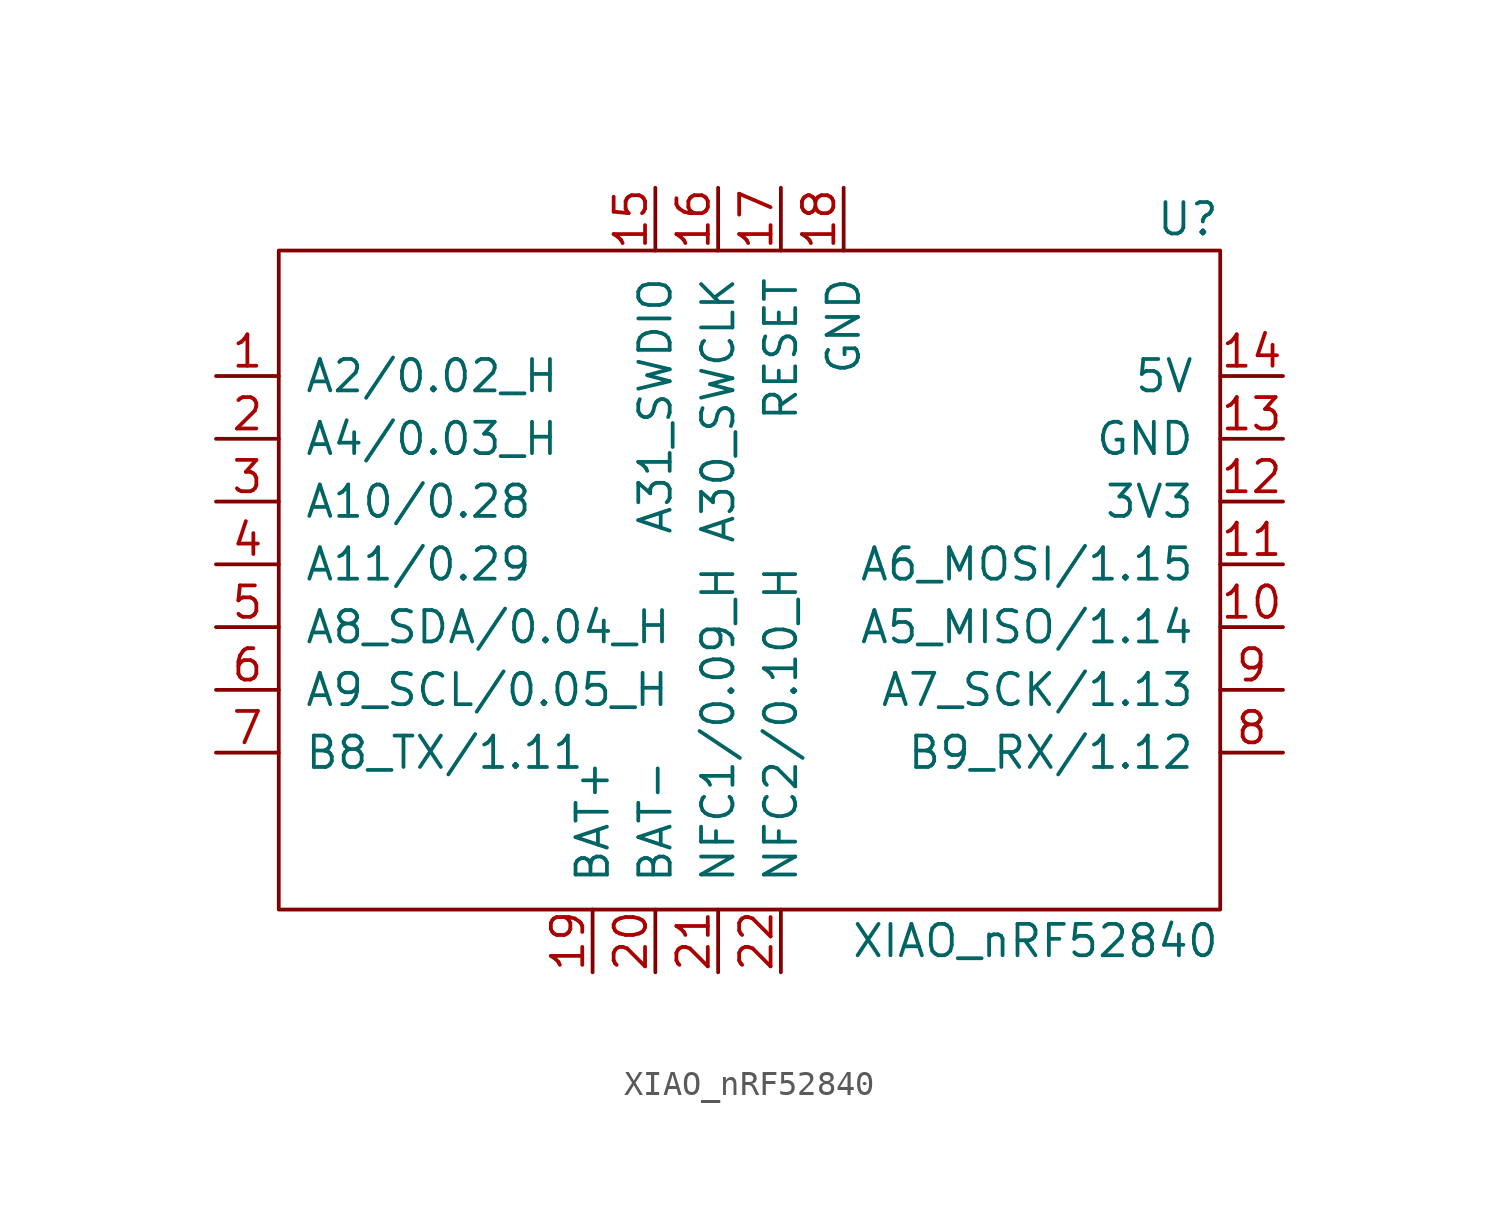
<source format=kicad_sym>
(kicad_symbol_lib
  (version 20231120)
  (generator "kicad_symbol_editor")
  (generator_version "8.0")
  (symbol "XIAO_nRF52840"
    (pin_names
      (offset 1.016))
    (property "Reference" "U"
      (at 19.05 13.97 0)
      (effects (font (size 1.27 1.27)) (justify right)))
    (property "Value" "XIAO_nRF52840"
      (at 19.05 -15.24 0)
      (effects (font (size 1.27 1.27)) (justify right)))
    (symbol "XIAO_nRF52840_0_1"
      (rectangle (start -19.05 12.7) (end 19.05 -13.97) (stroke (width 0) (type default)) (fill (type none))))
    (symbol "XIAO_nRF52840_1_1"
      (pin bidirectional line (at -21.59 7.62 0) (length 2.54) (name "A2/0.02_H" (effects (font (size 1.27 1.27)))) (number "1" (effects (font (size 1.27 1.27)))))
      (pin bidirectional line (at 21.59 -2.54 180) (length 2.54) (name "A5_MISO/1.14" (effects (font (size 1.27 1.27)))) (number "10" (effects (font (size 1.27 1.27)))))
      (pin bidirectional line (at 21.59 0 180) (length 2.54) (name "A6_MOSI/1.15" (effects (font (size 1.27 1.27)))) (number "11" (effects (font (size 1.27 1.27)))))
      (pin power_out line (at 21.59 2.54 180) (length 2.54) (name "3V3" (effects (font (size 1.27 1.27)))) (number "12" (effects (font (size 1.27 1.27)))))
      (pin power_out line (at 21.59 5.08 180) (length 2.54) (name "GND" (effects (font (size 1.27 1.27)))) (number "13" (effects (font (size 1.27 1.27)))))
      (pin power_out line (at 21.59 7.62 180) (length 2.54) (name "5V" (effects (font (size 1.27 1.27)))) (number "14" (effects (font (size 1.27 1.27)))))
      (pin input line (at -3.81 15.24 270) (length 2.54) (name "A31_SWDIO" (effects (font (size 1.27 1.27)))) (number "15" (effects (font (size 1.27 1.27)))))
      (pin input line (at -1.27 15.24 270) (length 2.54) (name "A30_SWCLK" (effects (font (size 1.27 1.27)))) (number "16" (effects (font (size 1.27 1.27)))))
      (pin input line (at 1.27 15.24 270) (length 2.54) (name "RESET" (effects (font (size 1.27 1.27)))) (number "17" (effects (font (size 1.27 1.27)))))
      (pin power_out line (at 3.81 15.24 270) (length 2.54) (name "GND" (effects (font (size 1.27 1.27)))) (number "18" (effects (font (size 1.27 1.27)))))
      (pin power_in line (at -6.35 -16.51 90) (length 2.54) (name "BAT+" (effects (font (size 1.27 1.27)))) (number "19" (effects (font (size 1.27 1.27)))))
      (pin bidirectional line (at -21.59 5.08 0) (length 2.54) (name "A4/0.03_H" (effects (font (size 1.27 1.27)))) (number "2" (effects (font (size 1.27 1.27)))))
      (pin power_in line (at -3.81 -16.51 90) (length 2.54) (name "BAT-" (effects (font (size 1.27 1.27)))) (number "20" (effects (font (size 1.27 1.27)))))
      (pin bidirectional line (at -1.27 -16.51 90) (length 2.54) (name "NFC1/0.09_H" (effects (font (size 1.27 1.27)))) (number "21" (effects (font (size 1.27 1.27)))))
      (pin bidirectional line (at 1.27 -16.51 90) (length 2.54) (name "NFC2/0.10_H" (effects (font (size 1.27 1.27)))) (number "22" (effects (font (size 1.27 1.27)))))
      (pin bidirectional line (at -21.59 2.54 0) (length 2.54) (name "A10/0.28" (effects (font (size 1.27 1.27)))) (number "3" (effects (font (size 1.27 1.27)))))
      (pin bidirectional line (at -21.59 0 0) (length 2.54) (name "A11/0.29" (effects (font (size 1.27 1.27)))) (number "4" (effects (font (size 1.27 1.27)))))
      (pin bidirectional line (at -21.59 -2.54 0) (length 2.54) (name "A8_SDA/0.04_H" (effects (font (size 1.27 1.27)))) (number "5" (effects (font (size 1.27 1.27)))))
      (pin bidirectional line (at -21.59 -5.08 0) (length 2.54) (name "A9_SCL/0.05_H" (effects (font (size 1.27 1.27)))) (number "6" (effects (font (size 1.27 1.27)))))
      (pin bidirectional line (at -21.59 -7.62 0) (length 2.54) (name "B8_TX/1.11" (effects (font (size 1.27 1.27)))) (number "7" (effects (font (size 1.27 1.27)))))
      (pin bidirectional line (at 21.59 -7.62 180) (length 2.54) (name "B9_RX/1.12" (effects (font (size 1.27 1.27)))) (number "8" (effects (font (size 1.27 1.27)))))
      (pin bidirectional line (at 21.59 -5.08 180) (length 2.54) (name "A7_SCK/1.13" (effects (font (size 1.27 1.27)))) (number "9" (effects (font (size 1.27 1.27))))))))
</source>
